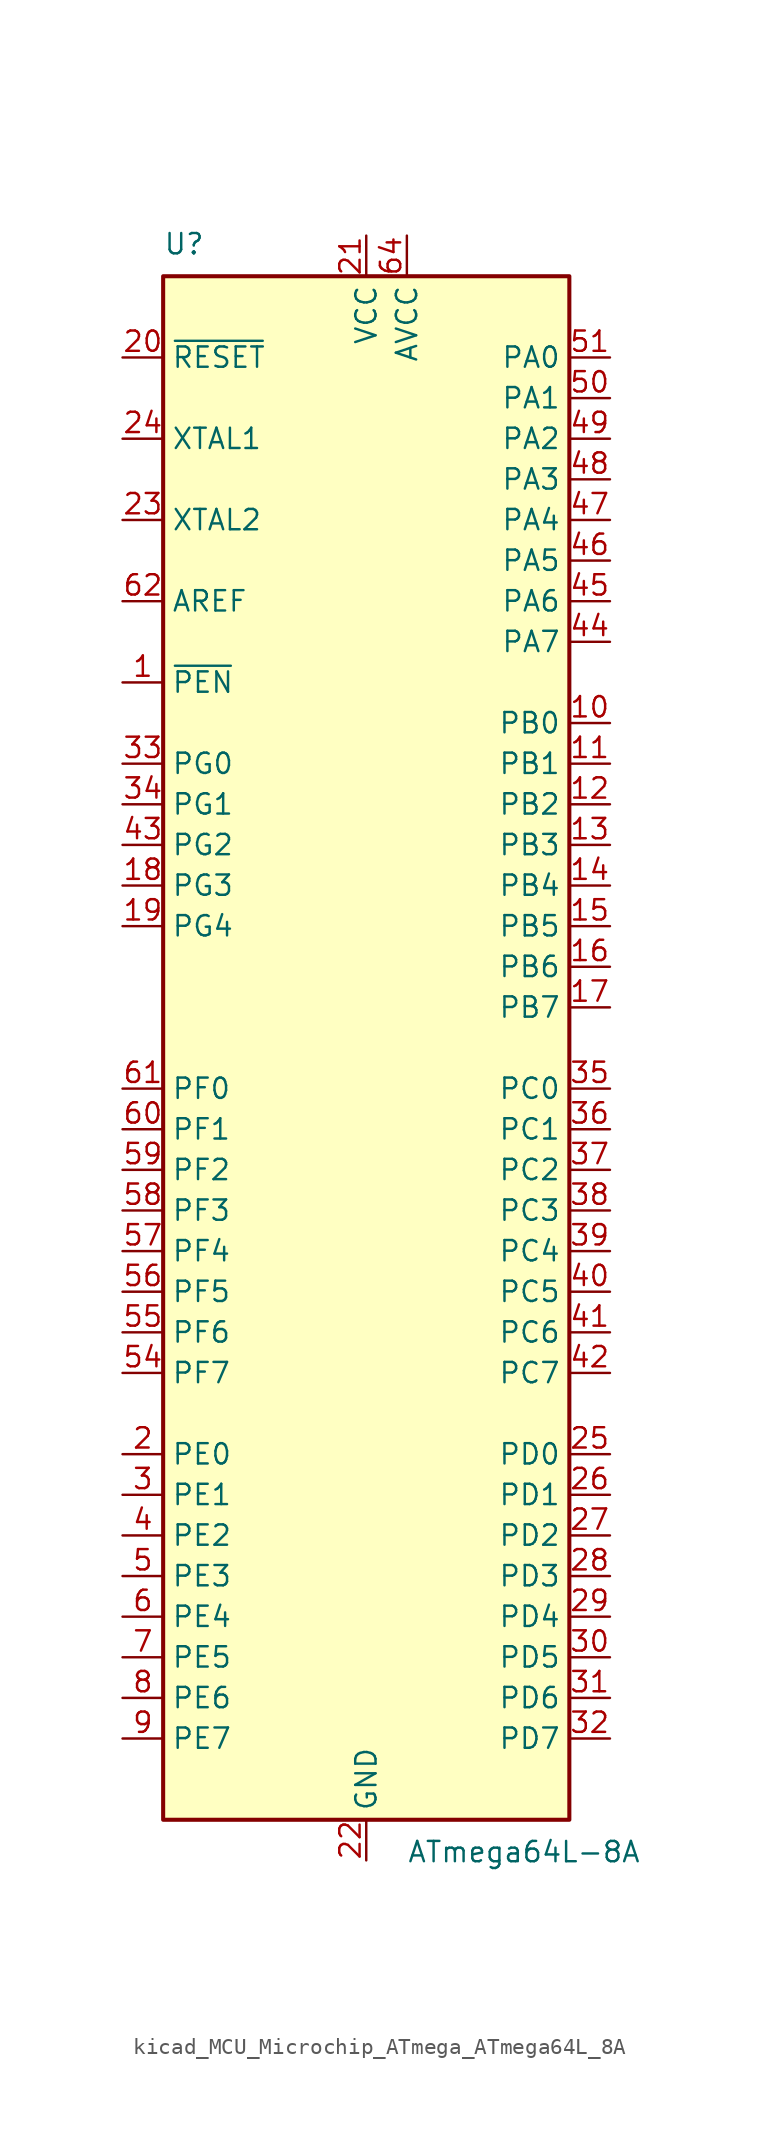
<source format=kicad_sym>
(kicad_symbol_lib
  (version 20220914)
  (generator kicad_symbol_editor)
  (symbol "kicad_MCU_Microchip_ATmega_ATmega64L_8A"
    (property "Reference" "U"
      (at -12.7 49.53 0)
      (effects (font (size 1.27 1.27)) (justify left bottom)))
    (property "Value" "ATmega64L-8A"
      (at 2.54 -49.53 0)
      (effects (font (size 1.27 1.27)) (justify left top)))
    (symbol "kicad_MCU_Microchip_ATmega_ATmega64L_8A_0_1"
      (rectangle (start -12.7 -48.26) (end 12.7 48.26) (stroke (width 0.254) (type default)) (fill (type background))))
    (symbol "kicad_MCU_Microchip_ATmega_ATmega64L_8A_1_1"
      (pin input line (at -15.24 22.86 0) (length 2.54) (name "~{PEN}" (effects (font (size 1.27 1.27)))) (number "1" (effects (font (size 1.27 1.27)))))
      (pin bidirectional line (at 15.24 20.32 180) (length 2.54) (name "PB0" (effects (font (size 1.27 1.27)))) (number "10" (effects (font (size 1.27 1.27)))))
      (pin bidirectional line (at 15.24 17.78 180) (length 2.54) (name "PB1" (effects (font (size 1.27 1.27)))) (number "11" (effects (font (size 1.27 1.27)))))
      (pin bidirectional line (at 15.24 15.24 180) (length 2.54) (name "PB2" (effects (font (size 1.27 1.27)))) (number "12" (effects (font (size 1.27 1.27)))))
      (pin bidirectional line (at 15.24 12.7 180) (length 2.54) (name "PB3" (effects (font (size 1.27 1.27)))) (number "13" (effects (font (size 1.27 1.27)))))
      (pin bidirectional line (at 15.24 10.16 180) (length 2.54) (name "PB4" (effects (font (size 1.27 1.27)))) (number "14" (effects (font (size 1.27 1.27)))))
      (pin bidirectional line (at 15.24 7.62 180) (length 2.54) (name "PB5" (effects (font (size 1.27 1.27)))) (number "15" (effects (font (size 1.27 1.27)))))
      (pin bidirectional line (at 15.24 5.08 180) (length 2.54) (name "PB6" (effects (font (size 1.27 1.27)))) (number "16" (effects (font (size 1.27 1.27)))))
      (pin bidirectional line (at 15.24 2.54 180) (length 2.54) (name "PB7" (effects (font (size 1.27 1.27)))) (number "17" (effects (font (size 1.27 1.27)))))
      (pin bidirectional line (at -15.24 10.16 0) (length 2.54) (name "PG3" (effects (font (size 1.27 1.27)))) (number "18" (effects (font (size 1.27 1.27)))))
      (pin bidirectional line (at -15.24 7.62 0) (length 2.54) (name "PG4" (effects (font (size 1.27 1.27)))) (number "19" (effects (font (size 1.27 1.27)))))
      (pin bidirectional line (at -15.24 -25.4 0) (length 2.54) (name "PE0" (effects (font (size 1.27 1.27)))) (number "2" (effects (font (size 1.27 1.27)))))
      (pin input line (at -15.24 43.18 0) (length 2.54) (name "~{RESET}" (effects (font (size 1.27 1.27)))) (number "20" (effects (font (size 1.27 1.27)))))
      (pin power_in line (at 0 50.8 270) (length 2.54) (name "VCC" (effects (font (size 1.27 1.27)))) (number "21" (effects (font (size 1.27 1.27)))))
      (pin power_in line (at 0 -50.8 90) (length 2.54) (name "GND" (effects (font (size 1.27 1.27)))) (number "22" (effects (font (size 1.27 1.27)))))
      (pin output line (at -15.24 33.02 0) (length 2.54) (name "XTAL2" (effects (font (size 1.27 1.27)))) (number "23" (effects (font (size 1.27 1.27)))))
      (pin input line (at -15.24 38.1 0) (length 2.54) (name "XTAL1" (effects (font (size 1.27 1.27)))) (number "24" (effects (font (size 1.27 1.27)))))
      (pin bidirectional line (at 15.24 -25.4 180) (length 2.54) (name "PD0" (effects (font (size 1.27 1.27)))) (number "25" (effects (font (size 1.27 1.27)))))
      (pin bidirectional line (at 15.24 -27.94 180) (length 2.54) (name "PD1" (effects (font (size 1.27 1.27)))) (number "26" (effects (font (size 1.27 1.27)))))
      (pin bidirectional line (at 15.24 -30.48 180) (length 2.54) (name "PD2" (effects (font (size 1.27 1.27)))) (number "27" (effects (font (size 1.27 1.27)))))
      (pin bidirectional line (at 15.24 -33.02 180) (length 2.54) (name "PD3" (effects (font (size 1.27 1.27)))) (number "28" (effects (font (size 1.27 1.27)))))
      (pin bidirectional line (at 15.24 -35.56 180) (length 2.54) (name "PD4" (effects (font (size 1.27 1.27)))) (number "29" (effects (font (size 1.27 1.27)))))
      (pin bidirectional line (at -15.24 -27.94 0) (length 2.54) (name "PE1" (effects (font (size 1.27 1.27)))) (number "3" (effects (font (size 1.27 1.27)))))
      (pin bidirectional line (at 15.24 -38.1 180) (length 2.54) (name "PD5" (effects (font (size 1.27 1.27)))) (number "30" (effects (font (size 1.27 1.27)))))
      (pin bidirectional line (at 15.24 -40.64 180) (length 2.54) (name "PD6" (effects (font (size 1.27 1.27)))) (number "31" (effects (font (size 1.27 1.27)))))
      (pin bidirectional line (at 15.24 -43.18 180) (length 2.54) (name "PD7" (effects (font (size 1.27 1.27)))) (number "32" (effects (font (size 1.27 1.27)))))
      (pin bidirectional line (at -15.24 17.78 0) (length 2.54) (name "PG0" (effects (font (size 1.27 1.27)))) (number "33" (effects (font (size 1.27 1.27)))))
      (pin bidirectional line (at -15.24 15.24 0) (length 2.54) (name "PG1" (effects (font (size 1.27 1.27)))) (number "34" (effects (font (size 1.27 1.27)))))
      (pin bidirectional line (at 15.24 -2.54 180) (length 2.54) (name "PC0" (effects (font (size 1.27 1.27)))) (number "35" (effects (font (size 1.27 1.27)))))
      (pin bidirectional line (at 15.24 -5.08 180) (length 2.54) (name "PC1" (effects (font (size 1.27 1.27)))) (number "36" (effects (font (size 1.27 1.27)))))
      (pin bidirectional line (at 15.24 -7.62 180) (length 2.54) (name "PC2" (effects (font (size 1.27 1.27)))) (number "37" (effects (font (size 1.27 1.27)))))
      (pin bidirectional line (at 15.24 -10.16 180) (length 2.54) (name "PC3" (effects (font (size 1.27 1.27)))) (number "38" (effects (font (size 1.27 1.27)))))
      (pin bidirectional line (at 15.24 -12.7 180) (length 2.54) (name "PC4" (effects (font (size 1.27 1.27)))) (number "39" (effects (font (size 1.27 1.27)))))
      (pin bidirectional line (at -15.24 -30.48 0) (length 2.54) (name "PE2" (effects (font (size 1.27 1.27)))) (number "4" (effects (font (size 1.27 1.27)))))
      (pin bidirectional line (at 15.24 -15.24 180) (length 2.54) (name "PC5" (effects (font (size 1.27 1.27)))) (number "40" (effects (font (size 1.27 1.27)))))
      (pin bidirectional line (at 15.24 -17.78 180) (length 2.54) (name "PC6" (effects (font (size 1.27 1.27)))) (number "41" (effects (font (size 1.27 1.27)))))
      (pin bidirectional line (at 15.24 -20.32 180) (length 2.54) (name "PC7" (effects (font (size 1.27 1.27)))) (number "42" (effects (font (size 1.27 1.27)))))
      (pin bidirectional line (at -15.24 12.7 0) (length 2.54) (name "PG2" (effects (font (size 1.27 1.27)))) (number "43" (effects (font (size 1.27 1.27)))))
      (pin bidirectional line (at 15.24 25.4 180) (length 2.54) (name "PA7" (effects (font (size 1.27 1.27)))) (number "44" (effects (font (size 1.27 1.27)))))
      (pin bidirectional line (at 15.24 27.94 180) (length 2.54) (name "PA6" (effects (font (size 1.27 1.27)))) (number "45" (effects (font (size 1.27 1.27)))))
      (pin bidirectional line (at 15.24 30.48 180) (length 2.54) (name "PA5" (effects (font (size 1.27 1.27)))) (number "46" (effects (font (size 1.27 1.27)))))
      (pin bidirectional line (at 15.24 33.02 180) (length 2.54) (name "PA4" (effects (font (size 1.27 1.27)))) (number "47" (effects (font (size 1.27 1.27)))))
      (pin bidirectional line (at 15.24 35.56 180) (length 2.54) (name "PA3" (effects (font (size 1.27 1.27)))) (number "48" (effects (font (size 1.27 1.27)))))
      (pin bidirectional line (at 15.24 38.1 180) (length 2.54) (name "PA2" (effects (font (size 1.27 1.27)))) (number "49" (effects (font (size 1.27 1.27)))))
      (pin bidirectional line (at -15.24 -33.02 0) (length 2.54) (name "PE3" (effects (font (size 1.27 1.27)))) (number "5" (effects (font (size 1.27 1.27)))))
      (pin bidirectional line (at 15.24 40.64 180) (length 2.54) (name "PA1" (effects (font (size 1.27 1.27)))) (number "50" (effects (font (size 1.27 1.27)))))
      (pin bidirectional line (at 15.24 43.18 180) (length 2.54) (name "PA0" (effects (font (size 1.27 1.27)))) (number "51" (effects (font (size 1.27 1.27)))))
      (pin passive line (at 0 50.8 270) (length 2.54) hide (name "VCC" (effects (font (size 1.27 1.27)))) (number "52" (effects (font (size 1.27 1.27)))))
      (pin passive line (at 0 -50.8 90) (length 2.54) hide (name "GND" (effects (font (size 1.27 1.27)))) (number "53" (effects (font (size 1.27 1.27)))))
      (pin bidirectional line (at -15.24 -20.32 0) (length 2.54) (name "PF7" (effects (font (size 1.27 1.27)))) (number "54" (effects (font (size 1.27 1.27)))))
      (pin bidirectional line (at -15.24 -17.78 0) (length 2.54) (name "PF6" (effects (font (size 1.27 1.27)))) (number "55" (effects (font (size 1.27 1.27)))))
      (pin bidirectional line (at -15.24 -15.24 0) (length 2.54) (name "PF5" (effects (font (size 1.27 1.27)))) (number "56" (effects (font (size 1.27 1.27)))))
      (pin bidirectional line (at -15.24 -12.7 0) (length 2.54) (name "PF4" (effects (font (size 1.27 1.27)))) (number "57" (effects (font (size 1.27 1.27)))))
      (pin bidirectional line (at -15.24 -10.16 0) (length 2.54) (name "PF3" (effects (font (size 1.27 1.27)))) (number "58" (effects (font (size 1.27 1.27)))))
      (pin bidirectional line (at -15.24 -7.62 0) (length 2.54) (name "PF2" (effects (font (size 1.27 1.27)))) (number "59" (effects (font (size 1.27 1.27)))))
      (pin bidirectional line (at -15.24 -35.56 0) (length 2.54) (name "PE4" (effects (font (size 1.27 1.27)))) (number "6" (effects (font (size 1.27 1.27)))))
      (pin bidirectional line (at -15.24 -5.08 0) (length 2.54) (name "PF1" (effects (font (size 1.27 1.27)))) (number "60" (effects (font (size 1.27 1.27)))))
      (pin bidirectional line (at -15.24 -2.54 0) (length 2.54) (name "PF0" (effects (font (size 1.27 1.27)))) (number "61" (effects (font (size 1.27 1.27)))))
      (pin passive line (at -15.24 27.94 0) (length 2.54) (name "AREF" (effects (font (size 1.27 1.27)))) (number "62" (effects (font (size 1.27 1.27)))))
      (pin passive line (at 0 -50.8 90) (length 2.54) hide (name "GND" (effects (font (size 1.27 1.27)))) (number "63" (effects (font (size 1.27 1.27)))))
      (pin power_in line (at 2.54 50.8 270) (length 2.54) (name "AVCC" (effects (font (size 1.27 1.27)))) (number "64" (effects (font (size 1.27 1.27)))))
      (pin bidirectional line (at -15.24 -38.1 0) (length 2.54) (name "PE5" (effects (font (size 1.27 1.27)))) (number "7" (effects (font (size 1.27 1.27)))))
      (pin bidirectional line (at -15.24 -40.64 0) (length 2.54) (name "PE6" (effects (font (size 1.27 1.27)))) (number "8" (effects (font (size 1.27 1.27)))))
      (pin bidirectional line (at -15.24 -43.18 0) (length 2.54) (name "PE7" (effects (font (size 1.27 1.27)))) (number "9" (effects (font (size 1.27 1.27))))))))
</source>
